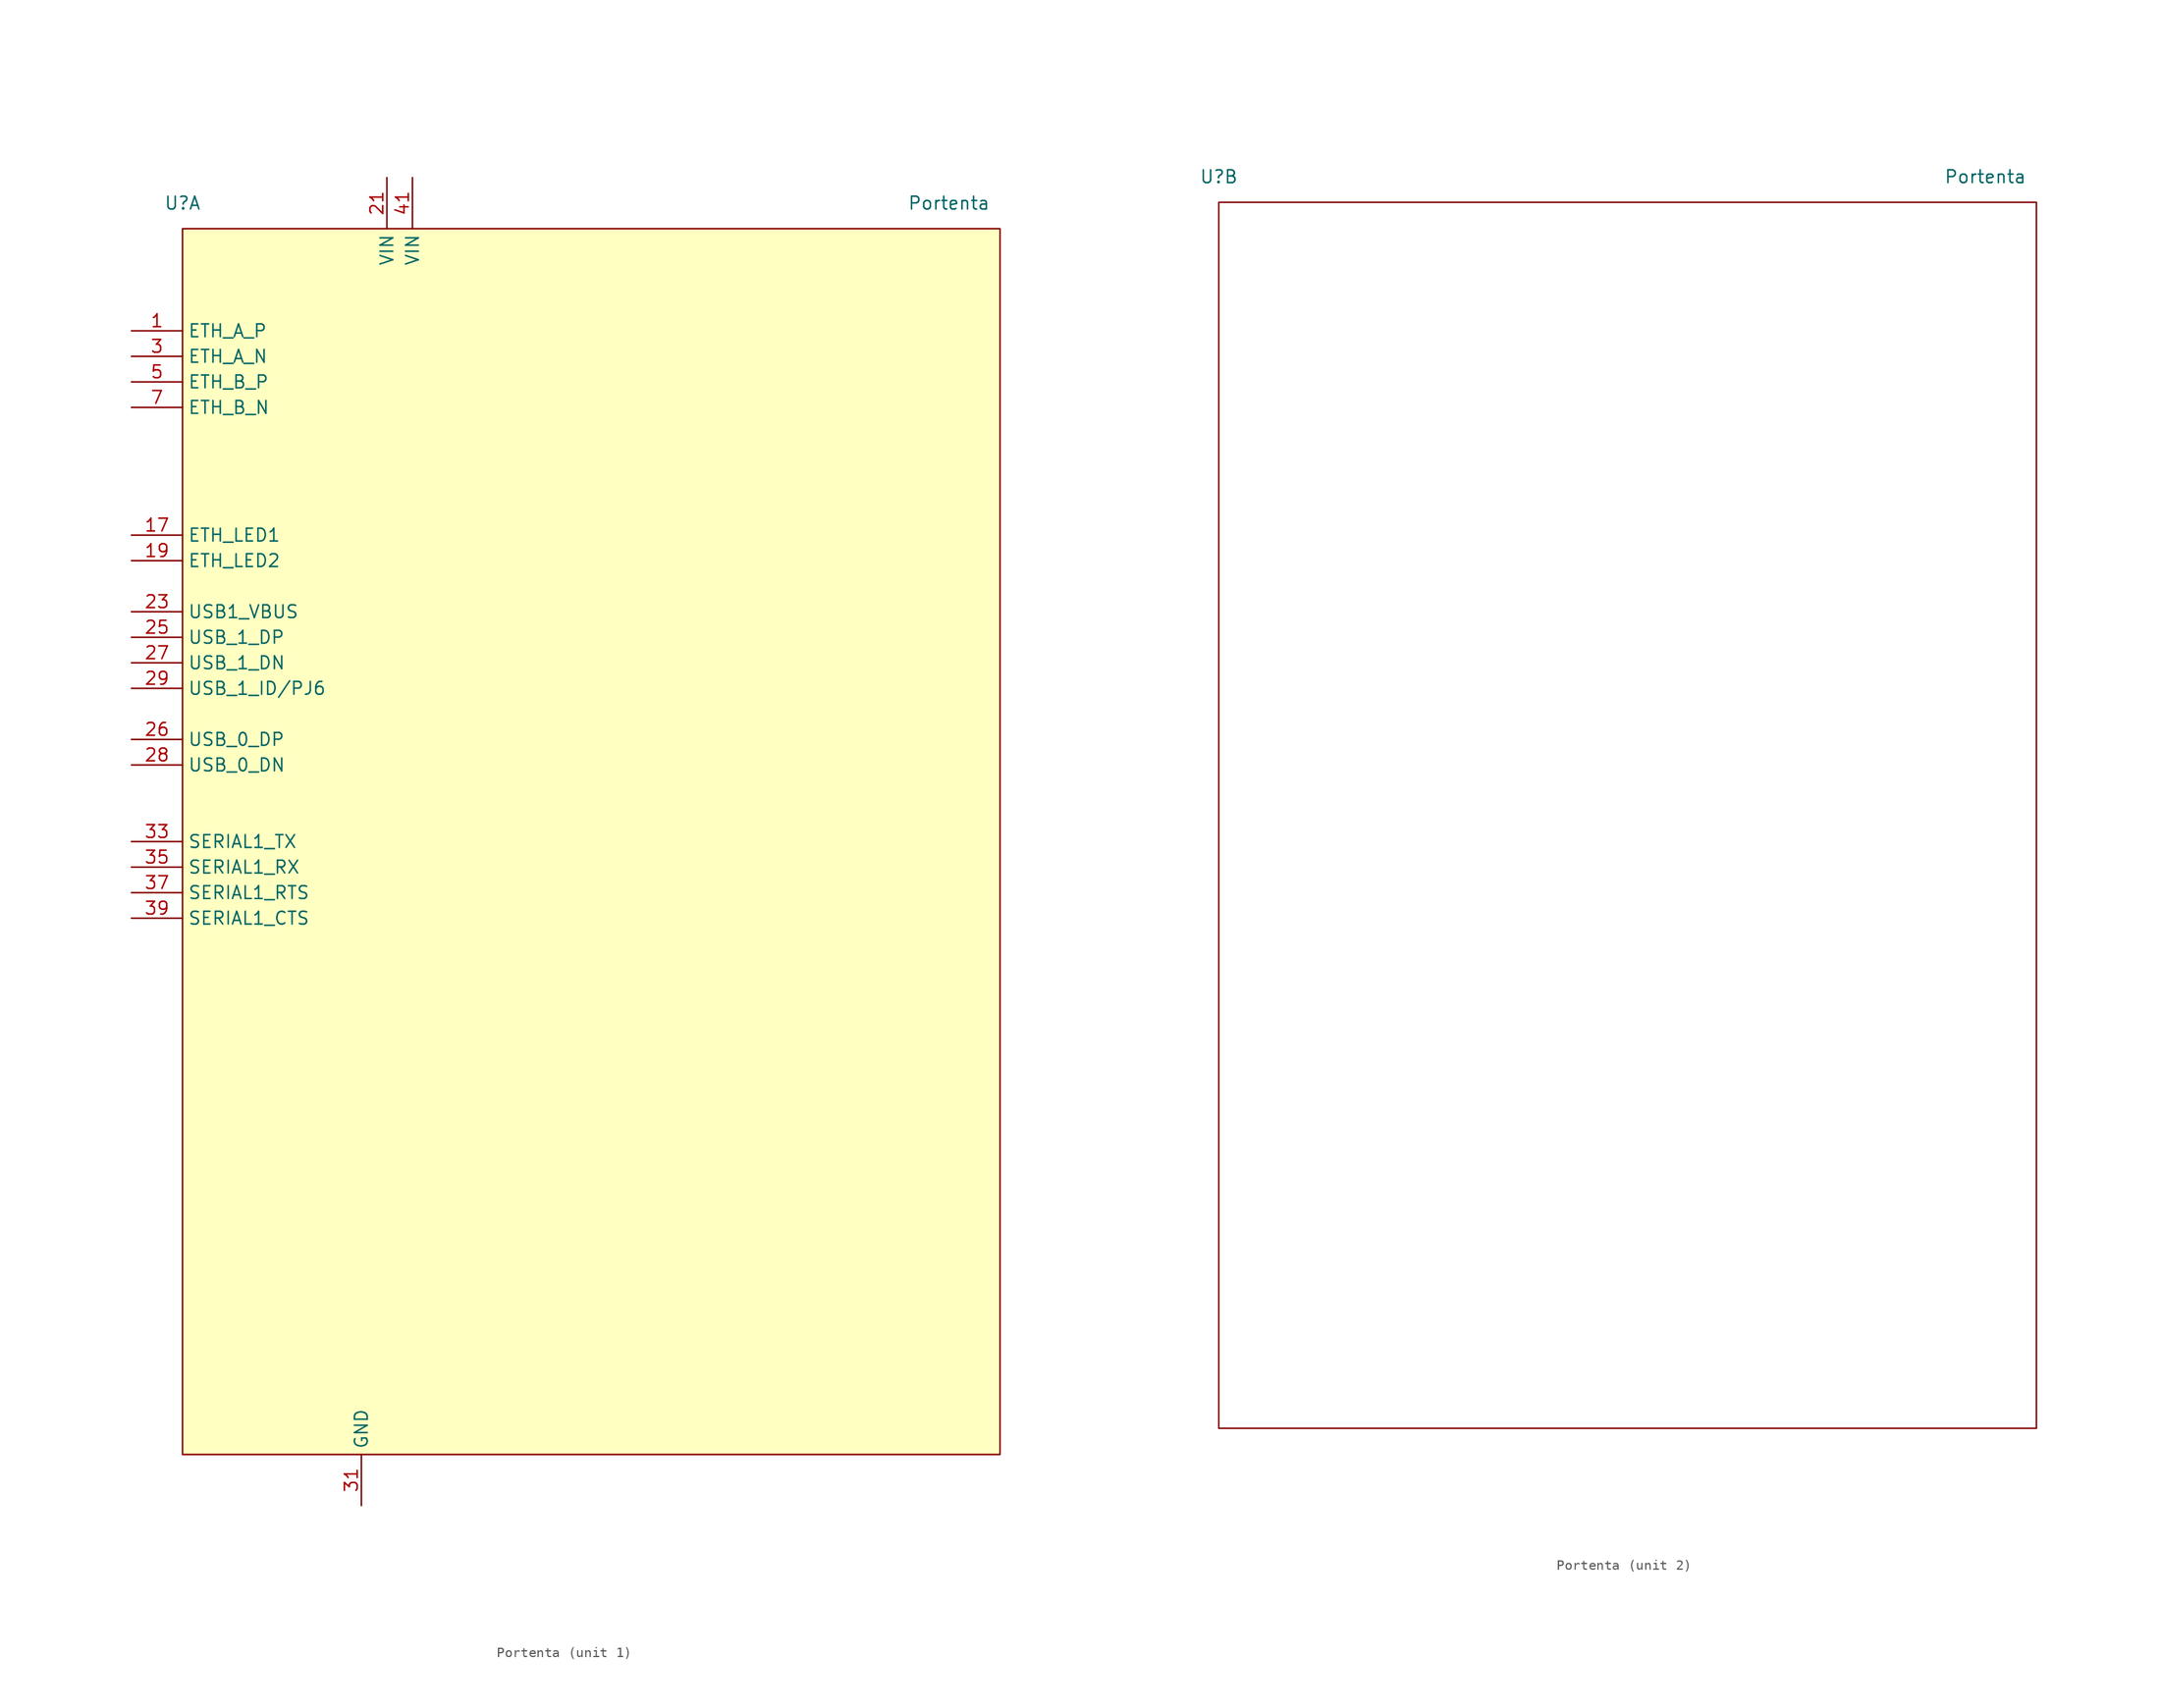
<source format=kicad_sym>
(kicad_symbol_lib
  (version 20211014)
  (generator kicad_symbol_editor)
  (symbol "Arduino_U:Portenta"
    (property "Reference" "U"
      (at -40.64 63.5 0)
      (effects (font (size 1.27 1.27))))
    (property "Value" "Portenta"
      (at 35.56 63.5 0)
      (effects (font (size 1.27 1.27))))
    (property "ki_locked" ""
      (at 0 0 0)
      (effects (font (size 1.27 1.27))))
    (symbol "Portenta_1_1"
      (rectangle (start -40.64 60.96) (end 40.64 -60.96) (stroke (width 0.152) (type default) (color 0 0 0 0)) (fill (type background)))
      (pin bidirectional line (at -45.72 50.8 0) (length 5.08) (name "ETH_A_P" (effects (font (size 1.27 1.27)))) (number "1" (effects (font (size 1.27 1.27)))))
      (pin no_connect line (at -40.64 38.1 0) (length 5.08) hide (name "ETH_C_N" (effects (font (size 1.27 1.27)))) (number "11" (effects (font (size 1.27 1.27)))))
      (pin no_connect line (at -40.64 35.56 0) (length 5.08) hide (name "ETH_D_P" (effects (font (size 1.27 1.27)))) (number "13" (effects (font (size 1.27 1.27)))))
      (pin no_connect line (at -40.64 33.02 0) (length 5.08) hide (name "ETH_D_N" (effects (font (size 1.27 1.27)))) (number "15" (effects (font (size 1.27 1.27)))))
      (pin output line (at -45.72 30.48 0) (length 5.08) (name "ETH_LED1" (effects (font (size 1.27 1.27)))) (number "17" (effects (font (size 1.27 1.27)))))
      (pin output line (at -45.72 27.94 0) (length 5.08) (name "ETH_LED2" (effects (font (size 1.27 1.27)))) (number "19" (effects (font (size 1.27 1.27)))))
      (pin power_in line (at -20.32 66.04 270) (length 5.08) (name "VIN" (effects (font (size 1.27 1.27)))) (number "21" (effects (font (size 1.27 1.27)))))
      (pin power_out line (at -45.72 22.86 0) (length 5.08) (name "USB1_VBUS" (effects (font (size 1.27 1.27)))) (number "23" (effects (font (size 1.27 1.27)))))
      (pin no_connect line (at -40.64 12.7 0) (length 5.08) hide (name "USB0_VBUS" (effects (font (size 1.27 1.27)))) (number "24" (effects (font (size 1.27 1.27)))))
      (pin bidirectional line (at -45.72 20.32 0) (length 5.08) (name "USB_1_DP" (effects (font (size 1.27 1.27)))) (number "25" (effects (font (size 1.27 1.27)))))
      (pin bidirectional line (at -45.72 10.16 0) (length 5.08) (name "USB_0_DP" (effects (font (size 1.27 1.27)))) (number "26" (effects (font (size 1.27 1.27)))))
      (pin bidirectional line (at -45.72 17.78 0) (length 5.08) (name "USB_1_DN" (effects (font (size 1.27 1.27)))) (number "27" (effects (font (size 1.27 1.27)))))
      (pin bidirectional line (at -45.72 7.62 0) (length 5.08) (name "USB_0_DN" (effects (font (size 1.27 1.27)))) (number "28" (effects (font (size 1.27 1.27)))))
      (pin bidirectional line (at -45.72 15.24 0) (length 5.08) (name "USB_1_ID/PJ6" (effects (font (size 1.27 1.27)))) (number "29" (effects (font (size 1.27 1.27)))))
      (pin bidirectional line (at -45.72 48.26 0) (length 5.08) (name "ETH_A_N" (effects (font (size 1.27 1.27)))) (number "3" (effects (font (size 1.27 1.27)))))
      (pin no_connect line (at -40.64 5.08 0) (length 5.08) hide (name "USB0_ID" (effects (font (size 1.27 1.27)))) (number "30" (effects (font (size 1.27 1.27)))))
      (pin bidirectional line (at -22.86 -66.04 90) (length 5.08) (name "GND" (effects (font (size 1.27 1.27)))) (number "31" (effects (font (size 1.27 1.27)))))
      (pin output line (at -45.72 0 0) (length 5.08) (name "SERIAL1_TX" (effects (font (size 1.27 1.27)))) (number "33" (effects (font (size 1.27 1.27)))))
      (pin input line (at -45.72 -2.54 0) (length 5.08) (name "SERIAL1_RX" (effects (font (size 1.27 1.27)))) (number "35" (effects (font (size 1.27 1.27)))))
      (pin output line (at -45.72 -5.08 0) (length 5.08) (name "SERIAL1_RTS" (effects (font (size 1.27 1.27)))) (number "37" (effects (font (size 1.27 1.27)))))
      (pin input line (at -45.72 -7.62 0) (length 5.08) (name "SERIAL1_CTS" (effects (font (size 1.27 1.27)))) (number "39" (effects (font (size 1.27 1.27)))))
      (pin power_in line (at -17.78 66.04 270) (length 5.08) (name "VIN" (effects (font (size 1.27 1.27)))) (number "41" (effects (font (size 1.27 1.27)))))
      (pin bidirectional line (at -45.72 45.72 0) (length 5.08) (name "ETH_B_P" (effects (font (size 1.27 1.27)))) (number "5" (effects (font (size 1.27 1.27)))))
      (pin bidirectional line (at -45.72 43.18 0) (length 5.08) (name "ETH_B_N" (effects (font (size 1.27 1.27)))) (number "7" (effects (font (size 1.27 1.27)))))
      (pin no_connect line (at -40.64 40.64 0) (length 5.08) hide (name "ETH_C_P" (effects (font (size 1.27 1.27)))) (number "9" (effects (font (size 1.27 1.27))))))
    (symbol "Portenta_2_1"
      (rectangle (start -40.64 60.96) (end 40.64 -60.96) (stroke (width 0.152) (type default) (color 0 0 0 0)) (fill (type none))))))
</source>
